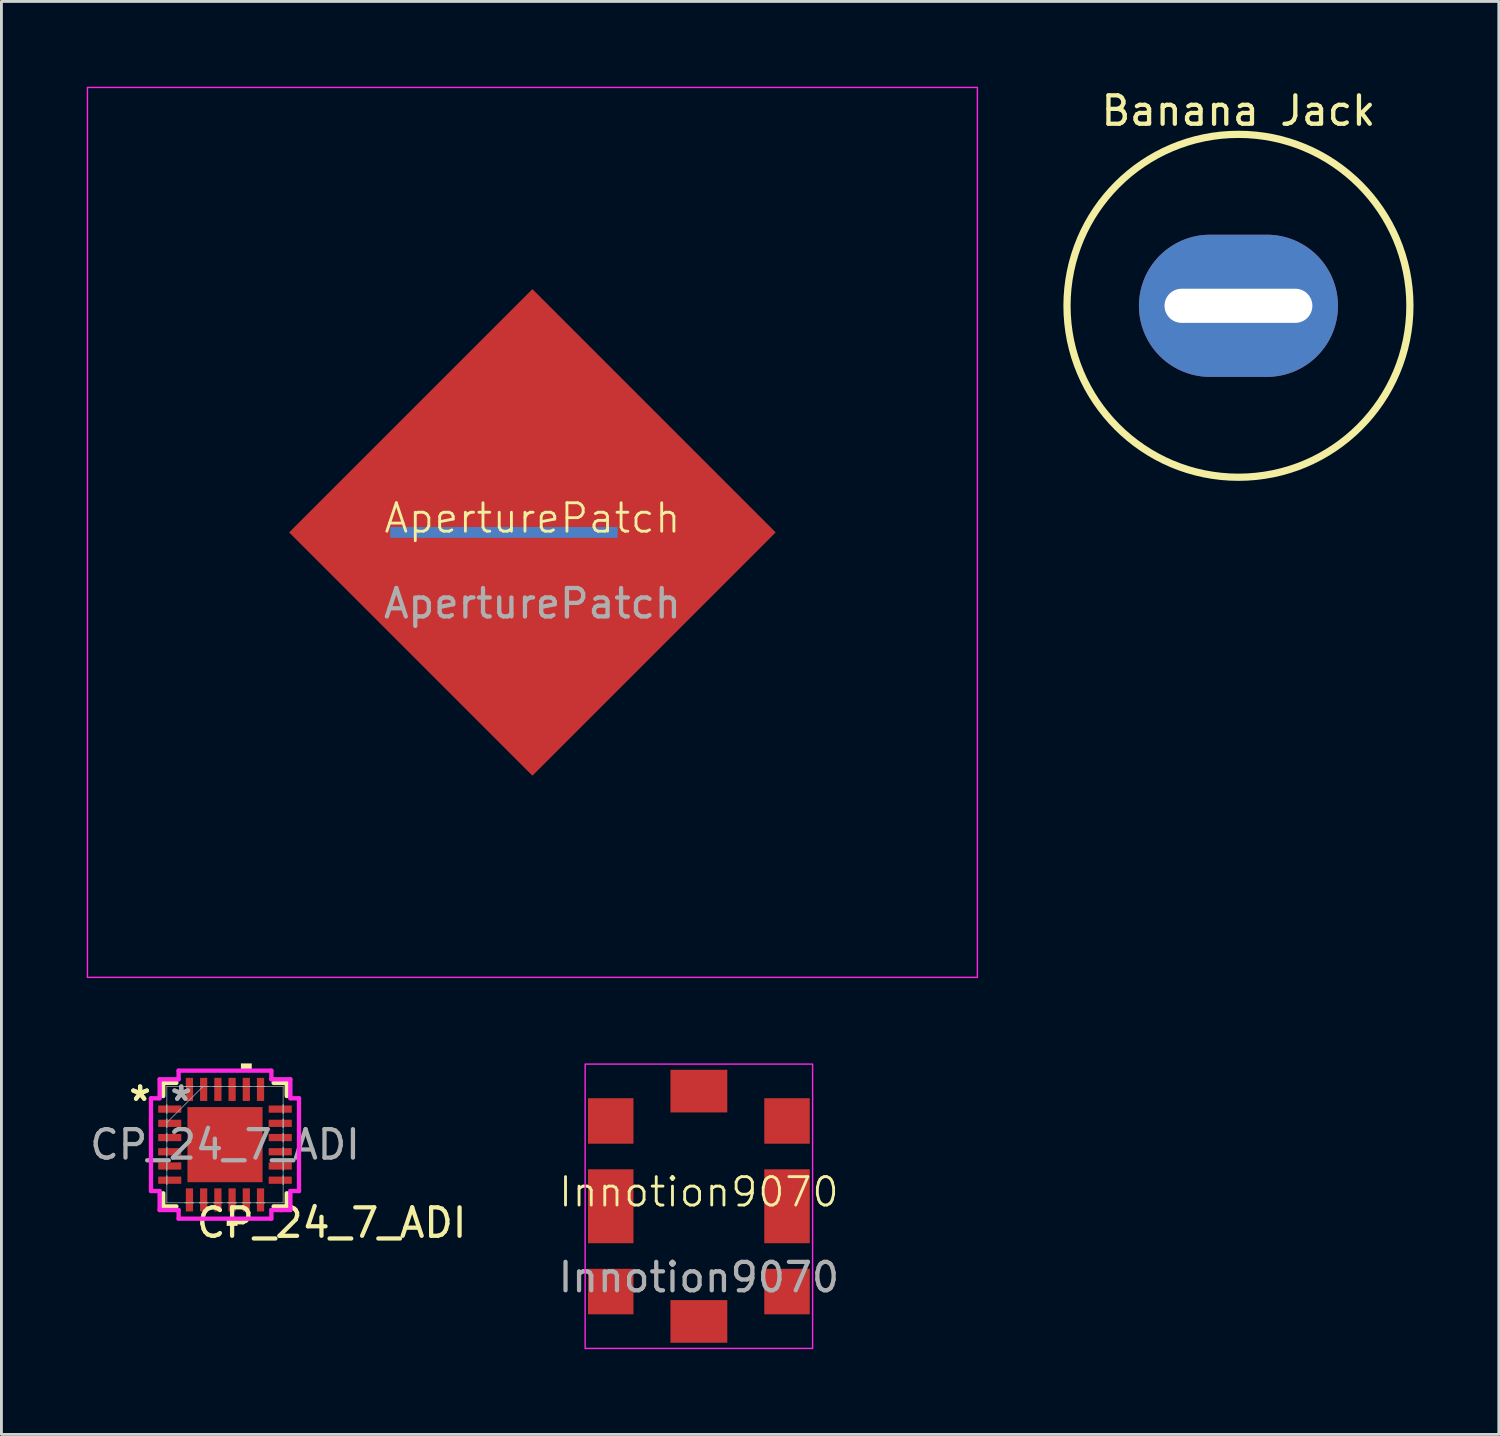
<source format=kicad_pcb>
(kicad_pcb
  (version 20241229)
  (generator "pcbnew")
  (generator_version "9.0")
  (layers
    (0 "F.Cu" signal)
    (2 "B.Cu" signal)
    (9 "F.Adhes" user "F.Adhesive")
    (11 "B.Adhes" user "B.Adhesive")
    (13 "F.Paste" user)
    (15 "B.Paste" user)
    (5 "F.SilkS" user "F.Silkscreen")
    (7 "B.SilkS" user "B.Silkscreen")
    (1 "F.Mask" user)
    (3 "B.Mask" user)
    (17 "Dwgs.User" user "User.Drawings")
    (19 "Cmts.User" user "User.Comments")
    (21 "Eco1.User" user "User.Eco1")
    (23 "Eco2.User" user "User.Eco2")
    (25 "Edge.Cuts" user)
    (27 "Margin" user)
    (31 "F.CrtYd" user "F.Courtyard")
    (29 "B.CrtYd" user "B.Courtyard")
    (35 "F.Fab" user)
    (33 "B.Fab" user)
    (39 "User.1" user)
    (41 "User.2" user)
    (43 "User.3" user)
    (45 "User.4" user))
  (footprint "CP_24_7_ADI"
    (layer "F.Cu")
    (at 4.863 37.208)
    (property "Reference" "CP_24_7_ADI" (at 3.75 2.75 0) (unlocked yes) (layer "F.SilkS") (effects (font (size 1 1) (thickness 0.15))))
    (attr smd)
    (fp_line (start -2.172 -2.172) (end -2.172 -1.71) (stroke (width 0.152) (type solid)) (layer "F.SilkS"))
    (fp_line (start -2.172 1.71) (end -2.172 2.172) (stroke (width 0.152) (type solid)) (layer "F.SilkS"))
    (fp_line (start -2.172 2.172) (end -1.71 2.172) (stroke (width 0.152) (type solid)) (layer "F.SilkS"))
    (fp_line (start -1.71 -2.172) (end -2.172 -2.172) (stroke (width 0.152) (type solid)) (layer "F.SilkS"))
    (fp_line (start 1.71 2.172) (end 2.172 2.172) (stroke (width 0.152) (type solid)) (layer "F.SilkS"))
    (fp_line (start 2.172 -2.172) (end 1.71 -2.172) (stroke (width 0.152) (type solid)) (layer "F.SilkS"))
    (fp_line (start 2.172 -1.71) (end 2.172 -2.172) (stroke (width 0.152) (type solid)) (layer "F.SilkS"))
    (fp_line (start 2.172 2.172) (end 2.172 1.71) (stroke (width 0.152) (type solid)) (layer "F.SilkS"))
    (fp_poly (pts (xy 0.059 2.603) (xy 0.059 2.857) (xy 0.441 2.857) (xy 0.441 2.603)) (stroke (width 0) (type solid)) (fill yes) (layer "F.SilkS"))
    (fp_poly (pts (xy 0.56 -2.603) (xy 0.56 -2.857) (xy 0.941 -2.857) (xy 0.941 -2.603)) (stroke (width 0) (type solid)) (fill yes) (layer "F.SilkS"))
    (fp_poly (pts (xy -1.221 -1.221) (xy -1.221 -0.1) (xy -0.1 -0.1) (xy -0.1 -1.221)) (stroke (width 0) (type solid)) (fill yes) (layer "F.Paste"))
    (fp_poly (pts (xy -1.221 0.1) (xy -1.221 1.221) (xy -0.1 1.221) (xy -0.1 0.1)) (stroke (width 0) (type solid)) (fill yes) (layer "F.Paste"))
    (fp_poly (pts (xy 0.1 -1.221) (xy 0.1 -0.1) (xy 1.221 -0.1) (xy 1.221 -1.221)) (stroke (width 0) (type solid)) (fill yes) (layer "F.Paste"))
    (fp_poly (pts (xy 0.1 0.1) (xy 0.1 1.221) (xy 1.221 1.221) (xy 1.221 0.1)) (stroke (width 0) (type solid)) (fill yes) (layer "F.Paste"))
    (fp_line (start -2.603 -1.631) (end -2.299 -1.631) (stroke (width 0.152) (type solid)) (layer "F.CrtYd"))
    (fp_line (start -2.603 1.631) (end -2.603 -1.631) (stroke (width 0.152) (type solid)) (layer "F.CrtYd"))
    (fp_line (start -2.299 -2.299) (end -1.631 -2.299) (stroke (width 0.152) (type solid)) (layer "F.CrtYd"))
    (fp_line (start -2.299 -1.631) (end -2.299 -2.299) (stroke (width 0.152) (type solid)) (layer "F.CrtYd"))
    (fp_line (start -2.299 1.631) (end -2.603 1.631) (stroke (width 0.152) (type solid)) (layer "F.CrtYd"))
    (fp_line (start -2.299 2.299) (end -2.299 1.631) (stroke (width 0.152) (type solid)) (layer "F.CrtYd"))
    (fp_line (start -1.631 -2.603) (end 1.631 -2.603) (stroke (width 0.152) (type solid)) (layer "F.CrtYd"))
    (fp_line (start -1.631 -2.299) (end -1.631 -2.603) (stroke (width 0.152) (type solid)) (layer "F.CrtYd"))
    (fp_line (start -1.631 2.299) (end -2.299 2.299) (stroke (width 0.152) (type solid)) (layer "F.CrtYd"))
    (fp_line (start -1.631 2.603) (end -1.631 2.299) (stroke (width 0.152) (type solid)) (layer "F.CrtYd"))
    (fp_line (start 1.631 -2.603) (end 1.631 -2.299) (stroke (width 0.152) (type solid)) (layer "F.CrtYd"))
    (fp_line (start 1.631 -2.299) (end 2.299 -2.299) (stroke (width 0.152) (type solid)) (layer "F.CrtYd"))
    (fp_line (start 1.631 2.299) (end 1.631 2.603) (stroke (width 0.152) (type solid)) (layer "F.CrtYd"))
    (fp_line (start 1.631 2.603) (end -1.631 2.603) (stroke (width 0.152) (type solid)) (layer "F.CrtYd"))
    (fp_line (start 2.299 -2.299) (end 2.299 -1.631) (stroke (width 0.152) (type solid)) (layer "F.CrtYd"))
    (fp_line (start 2.299 -1.631) (end 2.603 -1.631) (stroke (width 0.152) (type solid)) (layer "F.CrtYd"))
    (fp_line (start 2.299 1.631) (end 2.299 2.299) (stroke (width 0.152) (type solid)) (layer "F.CrtYd"))
    (fp_line (start 2.299 2.299) (end 1.631 2.299) (stroke (width 0.152) (type solid)) (layer "F.CrtYd"))
    (fp_line (start 2.603 -1.631) (end 2.603 1.631) (stroke (width 0.152) (type solid)) (layer "F.CrtYd"))
    (fp_line (start 2.603 1.631) (end 2.299 1.631) (stroke (width 0.152) (type solid)) (layer "F.CrtYd"))
    (fp_line (start -2.045 -2.045) (end -2.045 -2.045) (stroke (width 0.025) (type solid)) (layer "F.Fab"))
    (fp_line (start -2.045 -2.045) (end -2.045 2.045) (stroke (width 0.025) (type solid)) (layer "F.Fab"))
    (fp_line (start -2.045 -1.402) (end -2.045 -1.402) (stroke (width 0.025) (type solid)) (layer "F.Fab"))
    (fp_line (start -2.045 -1.402) (end -2.045 -1.098) (stroke (width 0.025) (type solid)) (layer "F.Fab"))
    (fp_line (start -2.045 -1.098) (end -2.045 -1.402) (stroke (width 0.025) (type solid)) (layer "F.Fab"))
    (fp_line (start -2.045 -1.098) (end -2.045 -1.098) (stroke (width 0.025) (type solid)) (layer "F.Fab"))
    (fp_line (start -2.045 -0.902) (end -2.045 -0.902) (stroke (width 0.025) (type solid)) (layer "F.Fab"))
    (fp_line (start -2.045 -0.902) (end -2.045 -0.598) (stroke (width 0.025) (type solid)) (layer "F.Fab"))
    (fp_line (start -2.045 -0.775) (end -0.775 -2.045) (stroke (width 0.025) (type solid)) (layer "F.Fab"))
    (fp_line (start -2.045 -0.598) (end -2.045 -0.902) (stroke (width 0.025) (type solid)) (layer "F.Fab"))
    (fp_line (start -2.045 -0.598) (end -2.045 -0.598) (stroke (width 0.025) (type solid)) (layer "F.Fab"))
    (fp_line (start -2.045 -0.402) (end -2.045 -0.402) (stroke (width 0.025) (type solid)) (layer "F.Fab"))
    (fp_line (start -2.045 -0.402) (end -2.045 -0.098) (stroke (width 0.025) (type solid)) (layer "F.Fab"))
    (fp_line (start -2.045 -0.098) (end -2.045 -0.402) (stroke (width 0.025) (type solid)) (layer "F.Fab"))
    (fp_line (start -2.045 -0.098) (end -2.045 -0.098) (stroke (width 0.025) (type solid)) (layer "F.Fab"))
    (fp_line (start -2.045 0.098) (end -2.045 0.098) (stroke (width 0.025) (type solid)) (layer "F.Fab"))
    (fp_line (start -2.045 0.098) (end -2.045 0.402) (stroke (width 0.025) (type solid)) (layer "F.Fab"))
    (fp_line (start -2.045 0.402) (end -2.045 0.098) (stroke (width 0.025) (type solid)) (layer "F.Fab"))
    (fp_line (start -2.045 0.402) (end -2.045 0.402) (stroke (width 0.025) (type solid)) (layer "F.Fab"))
    (fp_line (start -2.045 0.598) (end -2.045 0.598) (stroke (width 0.025) (type solid)) (layer "F.Fab"))
    (fp_line (start -2.045 0.598) (end -2.045 0.902) (stroke (width 0.025) (type solid)) (layer "F.Fab"))
    (fp_line (start -2.045 0.902) (end -2.045 0.598) (stroke (width 0.025) (type solid)) (layer "F.Fab"))
    (fp_line (start -2.045 0.902) (end -2.045 0.902) (stroke (width 0.025) (type solid)) (layer "F.Fab"))
    (fp_line (start -2.045 1.098) (end -2.045 1.098) (stroke (width 0.025) (type solid)) (layer "F.Fab"))
    (fp_line (start -2.045 1.098) (end -2.045 1.402) (stroke (width 0.025) (type solid)) (layer "F.Fab"))
    (fp_line (start -2.045 1.402) (end -2.045 1.098) (stroke (width 0.025) (type solid)) (layer "F.Fab"))
    (fp_line (start -2.045 1.402) (end -2.045 1.402) (stroke (width 0.025) (type solid)) (layer "F.Fab"))
    (fp_line (start -2.045 2.045) (end -2.045 2.045) (stroke (width 0.025) (type solid)) (layer "F.Fab"))
    (fp_line (start -2.045 2.045) (end 2.045 2.045) (stroke (width 0.025) (type solid)) (layer "F.Fab"))
    (fp_line (start -1.402 -2.045) (end -1.402 -2.045) (stroke (width 0.025) (type solid)) (layer "F.Fab"))
    (fp_line (start -1.402 -2.045) (end -1.098 -2.045) (stroke (width 0.025) (type solid)) (layer "F.Fab"))
    (fp_line (start -1.402 2.045) (end -1.402 2.045) (stroke (width 0.025) (type solid)) (layer "F.Fab"))
    (fp_line (start -1.402 2.045) (end -1.098 2.045) (stroke (width 0.025) (type solid)) (layer "F.Fab"))
    (fp_line (start -1.098 -2.045) (end -1.402 -2.045) (stroke (width 0.025) (type solid)) (layer "F.Fab"))
    (fp_line (start -1.098 -2.045) (end -1.098 -2.045) (stroke (width 0.025) (type solid)) (layer "F.Fab"))
    (fp_line (start -1.098 2.045) (end -1.402 2.045) (stroke (width 0.025) (type solid)) (layer "F.Fab"))
    (fp_line (start -1.098 2.045) (end -1.098 2.045) (stroke (width 0.025) (type solid)) (layer "F.Fab"))
    (fp_line (start -0.902 -2.045) (end -0.902 -2.045) (stroke (width 0.025) (type solid)) (layer "F.Fab"))
    (fp_line (start -0.902 -2.045) (end -0.598 -2.045) (stroke (width 0.025) (type solid)) (layer "F.Fab"))
    (fp_line (start -0.902 2.045) (end -0.902 2.045) (stroke (width 0.025) (type solid)) (layer "F.Fab"))
    (fp_line (start -0.902 2.045) (end -0.598 2.045) (stroke (width 0.025) (type solid)) (layer "F.Fab"))
    (fp_line (start -0.598 -2.045) (end -0.902 -2.045) (stroke (width 0.025) (type solid)) (layer "F.Fab"))
    (fp_line (start -0.598 -2.045) (end -0.598 -2.045) (stroke (width 0.025) (type solid)) (layer "F.Fab"))
    (fp_line (start -0.598 2.045) (end -0.902 2.045) (stroke (width 0.025) (type solid)) (layer "F.Fab"))
    (fp_line (start -0.598 2.045) (end -0.598 2.045) (stroke (width 0.025) (type solid)) (layer "F.Fab"))
    (fp_line (start -0.402 -2.045) (end -0.402 -2.045) (stroke (width 0.025) (type solid)) (layer "F.Fab"))
    (fp_line (start -0.402 -2.045) (end -0.098 -2.045) (stroke (width 0.025) (type solid)) (layer "F.Fab"))
    (fp_line (start -0.402 2.045) (end -0.402 2.045) (stroke (width 0.025) (type solid)) (layer "F.Fab"))
    (fp_line (start -0.402 2.045) (end -0.098 2.045) (stroke (width 0.025) (type solid)) (layer "F.Fab"))
    (fp_line (start -0.098 -2.045) (end -0.402 -2.045) (stroke (width 0.025) (type solid)) (layer "F.Fab"))
    (fp_line (start -0.098 -2.045) (end -0.098 -2.045) (stroke (width 0.025) (type solid)) (layer "F.Fab"))
    (fp_line (start -0.098 2.045) (end -0.402 2.045) (stroke (width 0.025) (type solid)) (layer "F.Fab"))
    (fp_line (start -0.098 2.045) (end -0.098 2.045) (stroke (width 0.025) (type solid)) (layer "F.Fab"))
    (fp_line (start 0.098 -2.045) (end 0.098 -2.045) (stroke (width 0.025) (type solid)) (layer "F.Fab"))
    (fp_line (start 0.098 -2.045) (end 0.402 -2.045) (stroke (width 0.025) (type solid)) (layer "F.Fab"))
    (fp_line (start 0.098 2.045) (end 0.098 2.045) (stroke (width 0.025) (type solid)) (layer "F.Fab"))
    (fp_line (start 0.098 2.045) (end 0.402 2.045) (stroke (width 0.025) (type solid)) (layer "F.Fab"))
    (fp_line (start 0.402 -2.045) (end 0.098 -2.045) (stroke (width 0.025) (type solid)) (layer "F.Fab"))
    (fp_line (start 0.402 -2.045) (end 0.402 -2.045) (stroke (width 0.025) (type solid)) (layer "F.Fab"))
    (fp_line (start 0.402 2.045) (end 0.098 2.045) (stroke (width 0.025) (type solid)) (layer "F.Fab"))
    (fp_line (start 0.402 2.045) (end 0.402 2.045) (stroke (width 0.025) (type solid)) (layer "F.Fab"))
    (fp_line (start 0.598 -2.045) (end 0.598 -2.045) (stroke (width 0.025) (type solid)) (layer "F.Fab"))
    (fp_line (start 0.598 -2.045) (end 0.902 -2.045) (stroke (width 0.025) (type solid)) (layer "F.Fab"))
    (fp_line (start 0.598 2.045) (end 0.598 2.045) (stroke (width 0.025) (type solid)) (layer "F.Fab"))
    (fp_line (start 0.598 2.045) (end 0.902 2.045) (stroke (width 0.025) (type solid)) (layer "F.Fab"))
    (fp_line (start 0.902 -2.045) (end 0.598 -2.045) (stroke (width 0.025) (type solid)) (layer "F.Fab"))
    (fp_line (start 0.902 -2.045) (end 0.902 -2.045) (stroke (width 0.025) (type solid)) (layer "F.Fab"))
    (fp_line (start 0.902 2.045) (end 0.598 2.045) (stroke (width 0.025) (type solid)) (layer "F.Fab"))
    (fp_line (start 0.902 2.045) (end 0.902 2.045) (stroke (width 0.025) (type solid)) (layer "F.Fab"))
    (fp_line (start 1.098 -2.045) (end 1.098 -2.045) (stroke (width 0.025) (type solid)) (layer "F.Fab"))
    (fp_line (start 1.098 -2.045) (end 1.402 -2.045) (stroke (width 0.025) (type solid)) (layer "F.Fab"))
    (fp_line (start 1.098 2.045) (end 1.098 2.045) (stroke (width 0.025) (type solid)) (layer "F.Fab"))
    (fp_line (start 1.098 2.045) (end 1.402 2.045) (stroke (width 0.025) (type solid)) (layer "F.Fab"))
    (fp_line (start 1.402 -2.045) (end 1.098 -2.045) (stroke (width 0.025) (type solid)) (layer "F.Fab"))
    (fp_line (start 1.402 -2.045) (end 1.402 -2.045) (stroke (width 0.025) (type solid)) (layer "F.Fab"))
    (fp_line (start 1.402 2.045) (end 1.098 2.045) (stroke (width 0.025) (type solid)) (layer "F.Fab"))
    (fp_line (start 1.402 2.045) (end 1.402 2.045) (stroke (width 0.025) (type solid)) (layer "F.Fab"))
    (fp_line (start 2.045 -2.045) (end -2.045 -2.045) (stroke (width 0.025) (type solid)) (layer "F.Fab"))
    (fp_line (start 2.045 -2.045) (end 2.045 -2.045) (stroke (width 0.025) (type solid)) (layer "F.Fab"))
    (fp_line (start 2.045 -1.402) (end 2.045 -1.402) (stroke (width 0.025) (type solid)) (layer "F.Fab"))
    (fp_line (start 2.045 -1.402) (end 2.045 -1.098) (stroke (width 0.025) (type solid)) (layer "F.Fab"))
    (fp_line (start 2.045 -1.098) (end 2.045 -1.402) (stroke (width 0.025) (type solid)) (layer "F.Fab"))
    (fp_line (start 2.045 -1.098) (end 2.045 -1.098) (stroke (width 0.025) (type solid)) (layer "F.Fab"))
    (fp_line (start 2.045 -0.902) (end 2.045 -0.902) (stroke (width 0.025) (type solid)) (layer "F.Fab"))
    (fp_line (start 2.045 -0.902) (end 2.045 -0.598) (stroke (width 0.025) (type solid)) (layer "F.Fab"))
    (fp_line (start 2.045 -0.598) (end 2.045 -0.902) (stroke (width 0.025) (type solid)) (layer "F.Fab"))
    (fp_line (start 2.045 -0.598) (end 2.045 -0.598) (stroke (width 0.025) (type solid)) (layer "F.Fab"))
    (fp_line (start 2.045 -0.402) (end 2.045 -0.402) (stroke (width 0.025) (type solid)) (layer "F.Fab"))
    (fp_line (start 2.045 -0.402) (end 2.045 -0.098) (stroke (width 0.025) (type solid)) (layer "F.Fab"))
    (fp_line (start 2.045 -0.098) (end 2.045 -0.402) (stroke (width 0.025) (type solid)) (layer "F.Fab"))
    (fp_line (start 2.045 -0.098) (end 2.045 -0.098) (stroke (width 0.025) (type solid)) (layer "F.Fab"))
    (fp_line (start 2.045 0.098) (end 2.045 0.098) (stroke (width 0.025) (type solid)) (layer "F.Fab"))
    (fp_line (start 2.045 0.098) (end 2.045 0.402) (stroke (width 0.025) (type solid)) (layer "F.Fab"))
    (fp_line (start 2.045 0.402) (end 2.045 0.098) (stroke (width 0.025) (type solid)) (layer "F.Fab"))
    (fp_line (start 2.045 0.402) (end 2.045 0.402) (stroke (width 0.025) (type solid)) (layer "F.Fab"))
    (fp_line (start 2.045 0.598) (end 2.045 0.598) (stroke (width 0.025) (type solid)) (layer "F.Fab"))
    (fp_line (start 2.045 0.598) (end 2.045 0.902) (stroke (width 0.025) (type solid)) (layer "F.Fab"))
    (fp_line (start 2.045 0.902) (end 2.045 0.598) (stroke (width 0.025) (type solid)) (layer "F.Fab"))
    (fp_line (start 2.045 0.902) (end 2.045 0.902) (stroke (width 0.025) (type solid)) (layer "F.Fab"))
    (fp_line (start 2.045 1.098) (end 2.045 1.098) (stroke (width 0.025) (type solid)) (layer "F.Fab"))
    (fp_line (start 2.045 1.098) (end 2.045 1.402) (stroke (width 0.025) (type solid)) (layer "F.Fab"))
    (fp_line (start 2.045 1.402) (end 2.045 1.098) (stroke (width 0.025) (type solid)) (layer "F.Fab"))
    (fp_line (start 2.045 1.402) (end 2.045 1.402) (stroke (width 0.025) (type solid)) (layer "F.Fab"))
    (fp_line (start 2.045 2.045) (end 2.045 -2.045) (stroke (width 0.025) (type solid)) (layer "F.Fab"))
    (fp_line (start 2.045 2.045) (end 2.045 2.045) (stroke (width 0.025) (type solid)) (layer "F.Fab"))
    (fp_text user "*" (at -2.985 -1.5 0) (unlocked yes) (layer "F.SilkS") (effects (font (size 1 1) (thickness 0.15))))
    (fp_text user "*" (at -2.985 -1.5 0) (layer "F.SilkS") (effects (font (size 1 1) (thickness 0.15))))
    (fp_text user "${REFERENCE}" (at 0 0 0) (unlocked yes) (layer "F.Fab") (effects (font (size 1 1) (thickness 0.15))))
    (fp_text user "*" (at -1.537 -1.5 0) (layer "F.Fab") (effects (font (size 1 1) (thickness 0.15))))
    (fp_text user "*" (at -1.537 -1.5 0) (unlocked yes) (layer "F.Fab") (effects (font (size 1 1) (thickness 0.15))))
    (pad "1" smd rect (at -1.943 -1.25 90) (size 0.254 0.813) (layers "F.Cu" "F.Mask" "F.Paste"))
    (pad "2" smd rect (at -1.943 -0.75 90) (size 0.254 0.813) (layers "F.Cu" "F.Mask" "F.Paste"))
    (pad "3" smd rect (at -1.943 -0.25 90) (size 0.254 0.813) (layers "F.Cu" "F.Mask" "F.Paste"))
    (pad "4" smd rect (at -1.943 0.25 90) (size 0.254 0.813) (layers "F.Cu" "F.Mask" "F.Paste"))
    (pad "5" smd rect (at -1.943 0.75 90) (size 0.254 0.813) (layers "F.Cu" "F.Mask" "F.Paste"))
    (pad "6" smd rect (at -1.943 1.25 90) (size 0.254 0.813) (layers "F.Cu" "F.Mask" "F.Paste"))
    (pad "7" smd rect (at -1.25 1.943) (size 0.254 0.813) (layers "F.Cu" "F.Mask" "F.Paste"))
    (pad "8" smd rect (at -0.75 1.943) (size 0.254 0.813) (layers "F.Cu" "F.Mask" "F.Paste"))
    (pad "9" smd rect (at -0.25 1.943) (size 0.254 0.813) (layers "F.Cu" "F.Mask" "F.Paste"))
    (pad "10" smd rect (at 0.25 1.943) (size 0.254 0.813) (layers "F.Cu" "F.Mask" "F.Paste"))
    (pad "11" smd rect (at 0.75 1.943) (size 0.254 0.813) (layers "F.Cu" "F.Mask" "F.Paste"))
    (pad "12" smd rect (at 1.25 1.943) (size 0.254 0.813) (layers "F.Cu" "F.Mask" "F.Paste"))
    (pad "13" smd rect (at 1.943 1.25 90) (size 0.254 0.813) (layers "F.Cu" "F.Mask" "F.Paste"))
    (pad "14" smd rect (at 1.943 0.75 90) (size 0.254 0.813) (layers "F.Cu" "F.Mask" "F.Paste"))
    (pad "15" smd rect (at 1.943 0.25 90) (size 0.254 0.813) (layers "F.Cu" "F.Mask" "F.Paste"))
    (pad "16" smd rect (at 1.943 -0.25 90) (size 0.254 0.813) (layers "F.Cu" "F.Mask" "F.Paste"))
    (pad "17" smd rect (at 1.943 -0.75 90) (size 0.254 0.813) (layers "F.Cu" "F.Mask" "F.Paste"))
    (pad "18" smd rect (at 1.943 -1.25 90) (size 0.254 0.813) (layers "F.Cu" "F.Mask" "F.Paste"))
    (pad "19" smd rect (at 1.25 -1.943) (size 0.254 0.813) (layers "F.Cu" "F.Mask" "F.Paste"))
    (pad "20" smd rect (at 0.75 -1.943) (size 0.254 0.813) (layers "F.Cu" "F.Mask" "F.Paste"))
    (pad "21" smd rect (at 0.25 -1.943) (size 0.254 0.813) (layers "F.Cu" "F.Mask" "F.Paste"))
    (pad "22" smd rect (at -0.25 -1.943) (size 0.254 0.813) (layers "F.Cu" "F.Mask" "F.Paste"))
    (pad "23" smd rect (at -0.75 -1.943) (size 0.254 0.813) (layers "F.Cu" "F.Mask" "F.Paste"))
    (pad "24" smd rect (at -1.25 -1.943) (size 0.254 0.813) (layers "F.Cu" "F.Mask" "F.Paste"))
    (pad "25" smd rect (at 0 0) (size 2.642 2.642) (layers "F.Cu" "F.Mask" "F.Paste")))
  (footprint "Banana Jack"
    (layer "F.Cu")
    (at 40.507 7.705)
    (property "Reference" "Banana Jack" (at 0 -6.857 0) (layer "F.SilkS") (effects (font (size 1 1) (thickness 0.15))))
    (fp_circle (center 0 0) (end 0 -6.03) (stroke (width 0.254) (type solid)) (fill no) (layer "F.SilkS"))
    (pad "1" thru_hole oval (at 0 0 90) (size 5 7) (drill oval 1.2 5.2) (layers "*.Cu" "*.Mask")))
  (footprint "Innotion9070"
    (layer "F.Cu")
    (at 21.53 39.375)
    (property "Reference" "Innotion9070" (at 0 -0.5 0) (unlocked yes) (layer "F.SilkS") (effects (font (size 1 1) (thickness 0.1))))
    (attr smd)
    (fp_rect (start -4 -5) (end 4 5) (stroke (width 0.05) (type solid)) (fill no) (layer "F.CrtYd"))
    (fp_text user "${REFERENCE}" (at 0 2.5 0) (unlocked yes) (layer "F.Fab") (effects (font (size 1 1) (thickness 0.15))))
    (pad "1" smd rect (at -3.1 -3) (size 1.6 1.6) (layers "F.Cu" "F.Mask" "F.Paste"))
    (pad "2" smd rect (at -3.1 0) (size 1.6 2.6) (layers "F.Cu" "F.Mask" "F.Paste"))
    (pad "3" smd rect (at -3.1 3) (size 1.6 1.6) (layers "F.Cu" "F.Mask" "F.Paste"))
    (pad "4" smd rect (at 0 4.05) (size 2 1.5) (layers "F.Cu" "F.Mask" "F.Paste"))
    (pad "5" smd rect (at 3.1 3 180) (size 1.6 1.6) (layers "F.Cu" "F.Mask" "F.Paste"))
    (pad "6" smd rect (at 3.1 0 180) (size 1.6 2.6) (layers "F.Cu" "F.Mask" "F.Paste"))
    (pad "7" smd rect (at 3.1 -3 180) (size 1.6 1.6) (layers "F.Cu" "F.Mask" "F.Paste"))
    (pad "8" smd rect (at 0 -4.05 180) (size 2 1.5) (layers "F.Cu" "F.Mask" "F.Paste")))
  (footprint "AperturePatch"
    (layer "F.Cu")
    (at 15.675 15.675)
    (property "Reference" "AperturePatch" (at 0 -0.5 0) (unlocked yes) (layer "F.SilkS") (effects (font (size 1 1) (thickness 0.1))))
    (attr smd)
    (fp_poly (pts (xy 0 -8.556) (xy 8.556 0) (xy 0 8.556) (xy -8.556 0)) (stroke (width 0) (type solid)) (fill yes) (layers "F.Cu" "F.Mask"))
    (fp_rect (start -15.65 -15.65) (end 15.65 15.65) (stroke (width 0.05) (type solid)) (fill no) (layer "F.CrtYd"))
    (fp_text user "${REFERENCE}" (at 0 2.5 0) (unlocked yes) (layer "F.Fab") (effects (font (size 1 1) (thickness 0.15))))
    (pad "1" smd rect (at -1 0) (size 8 0.38) (layers "B.Cu"))
    (zone (net_name "") (layer "In1.Cu") (name "Aperture") (hatch edge 0.5) (connect_pads) (min_thickness 0.25) (filled_areas_thickness no) (keepout (tracks not_allowed) (vias not_allowed) (pads not_allowed) (copperpour not_allowed) (footprints not_allowed)) (placement (enabled no)) (fill) (polygon (pts (xy 13.854 13.324) (xy 13.324 13.854) (xy 15.145 15.675) (xy 13.89 16.93) (xy 14.42 17.46) (xy 15.675 16.205) (xy 17.496 18.026) (xy 18.026 17.496) (xy 16.205 15.675) (xy 17.46 14.42) (xy 16.93 13.89) (xy 15.675 15.145)))))
  (gr_rect
    (start -3 -3)
    (end 49.664 47.4)
    (stroke (width 0.1) (type default))
    (fill no)
    (layer "Edge.Cuts")))
</source>
